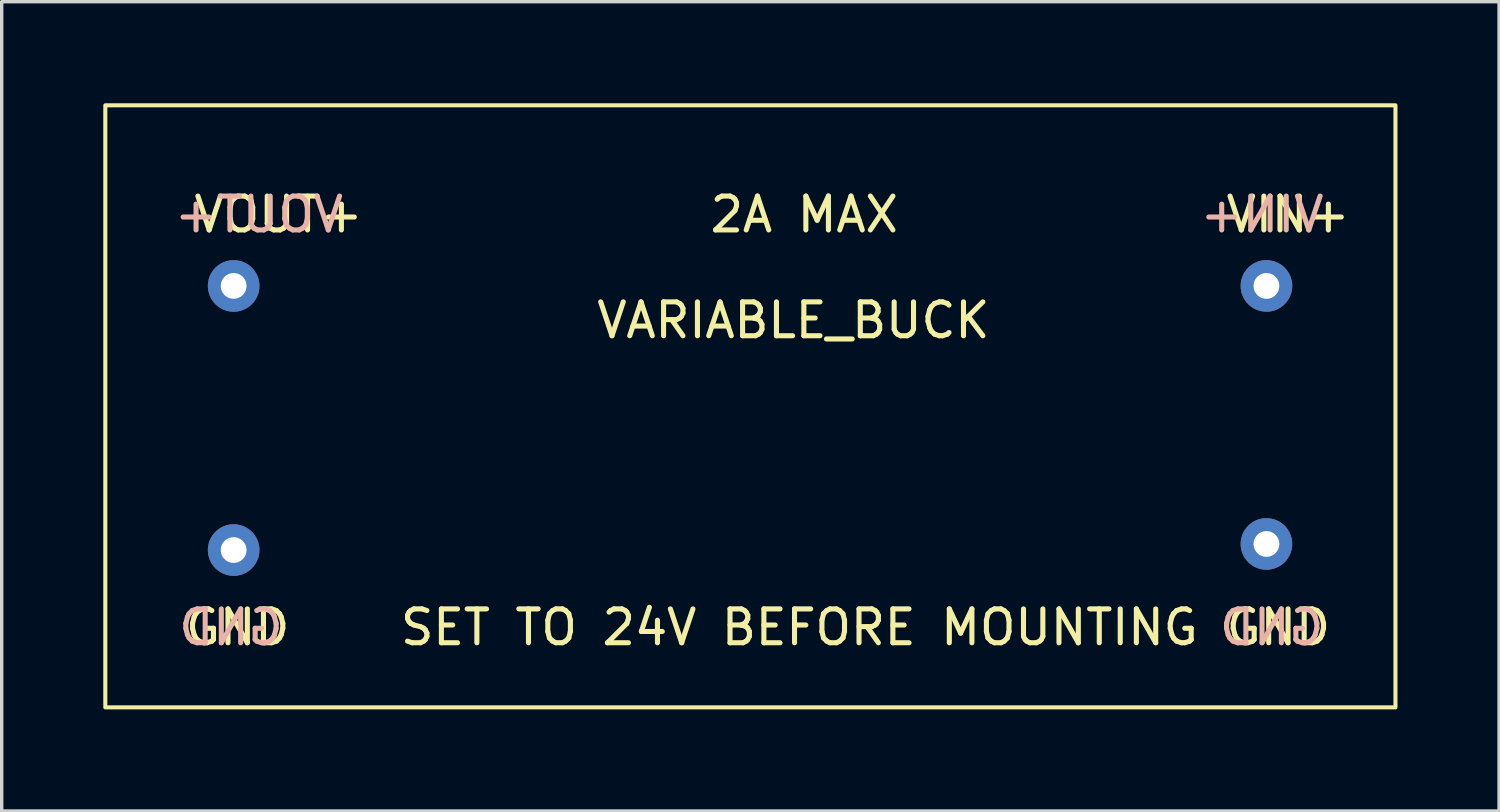
<source format=kicad_pcb>
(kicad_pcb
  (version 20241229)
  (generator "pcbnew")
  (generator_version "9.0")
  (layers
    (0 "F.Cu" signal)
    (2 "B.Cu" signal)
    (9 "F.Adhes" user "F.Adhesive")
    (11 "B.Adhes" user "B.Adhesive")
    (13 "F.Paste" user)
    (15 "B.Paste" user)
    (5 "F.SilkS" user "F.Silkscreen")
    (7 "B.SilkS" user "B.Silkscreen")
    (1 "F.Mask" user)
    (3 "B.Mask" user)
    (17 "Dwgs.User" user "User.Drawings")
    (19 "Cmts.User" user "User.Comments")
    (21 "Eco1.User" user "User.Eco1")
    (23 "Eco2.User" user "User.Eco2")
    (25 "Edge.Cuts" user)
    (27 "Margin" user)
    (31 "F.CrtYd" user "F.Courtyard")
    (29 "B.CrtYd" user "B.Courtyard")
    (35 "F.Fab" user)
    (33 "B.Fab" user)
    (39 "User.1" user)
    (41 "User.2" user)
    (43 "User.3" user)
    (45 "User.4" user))
  (footprint "VARIABLE_BUCK"
    (layer "F.Cu")
    (at 20.38 8.95)
    (property "Reference" "VARIABLE_BUCK" (at 0 -2.54 0) (unlocked yes) (layer "F.SilkS") (effects (font (size 1 1) (thickness 0.15))))
    (attr through_hole)
    (fp_rect (start -20.32 -8.89) (end 17.78 8.89) (stroke (width 0.12) (type default)) (fill no) (layer "F.SilkS"))
    (fp_text user "VOUT+" (at -17.78 -5.08 0) (unlocked yes) (layer "F.SilkS") (effects (font (size 1 1) (thickness 0.15)) (justify left bottom)))
    (fp_text user "GND" (at 12.7 7.112 0) (unlocked yes) (layer "F.SilkS") (effects (font (size 1 1) (thickness 0.15)) (justify left bottom)))
    (fp_text user "VIN+" (at 12.7 -5.08 0) (unlocked yes) (layer "F.SilkS") (effects (font (size 1 1) (thickness 0.15)) (justify left bottom)))
    (fp_text user "SET TO 24V BEFORE MOUNTING" (at -11.684 7.112 0) (unlocked yes) (layer "F.SilkS") (effects (font (size 1 1) (thickness 0.15)) (justify left bottom)))
    (fp_text user "GND" (at -18.034 7.112 0) (unlocked yes) (layer "F.SilkS") (effects (font (size 1 1) (thickness 0.15)) (justify left bottom)))
    (fp_text user "2A MAX" (at -2.54 -5.08 0) (unlocked yes) (layer "F.SilkS") (effects (font (size 1 1) (thickness 0.15)) (justify left bottom)))
    (fp_text user "GND" (at 15.748 7.112 0) (unlocked yes) (layer "B.SilkS") (effects (font (size 1 1) (thickness 0.15)) (justify left bottom mirror)))
    (fp_text user "GND" (at -14.986 7.112 0) (unlocked yes) (layer "B.SilkS") (effects (font (size 1 1) (thickness 0.15)) (justify left bottom mirror)))
    (fp_text user "VOUT+" (at -13.208 -5.08 0) (unlocked yes) (layer "B.SilkS") (effects (font (size 1 1) (thickness 0.15)) (justify left bottom mirror)))
    (fp_text user "VIN+" (at 15.748 -5.08 0) (unlocked yes) (layer "B.SilkS") (effects (font (size 1 1) (thickness 0.15)) (justify left bottom mirror)))
    (pad "1" thru_hole circle (at 13.97 -3.556) (size 1.524 1.524) (drill 0.762) (layers "*.Cu" "*.Mask"))
    (pad "2" thru_hole circle (at 13.97 4.064) (size 1.524 1.524) (drill 0.762) (layers "*.Cu" "*.Mask"))
    (pad "3" thru_hole circle (at -16.53 4.244) (size 1.524 1.524) (drill 0.762) (layers "*.Cu" "*.Mask"))
    (pad "4" thru_hole circle (at -16.53 -3.556) (size 1.524 1.524) (drill 0.762) (layers "*.Cu" "*.Mask")))
  (gr_rect
    (start -3 -3)
    (end 41.22 20.9)
    (stroke (width 0.1) (type default))
    (fill no)
    (layer "Edge.Cuts")))
</source>
